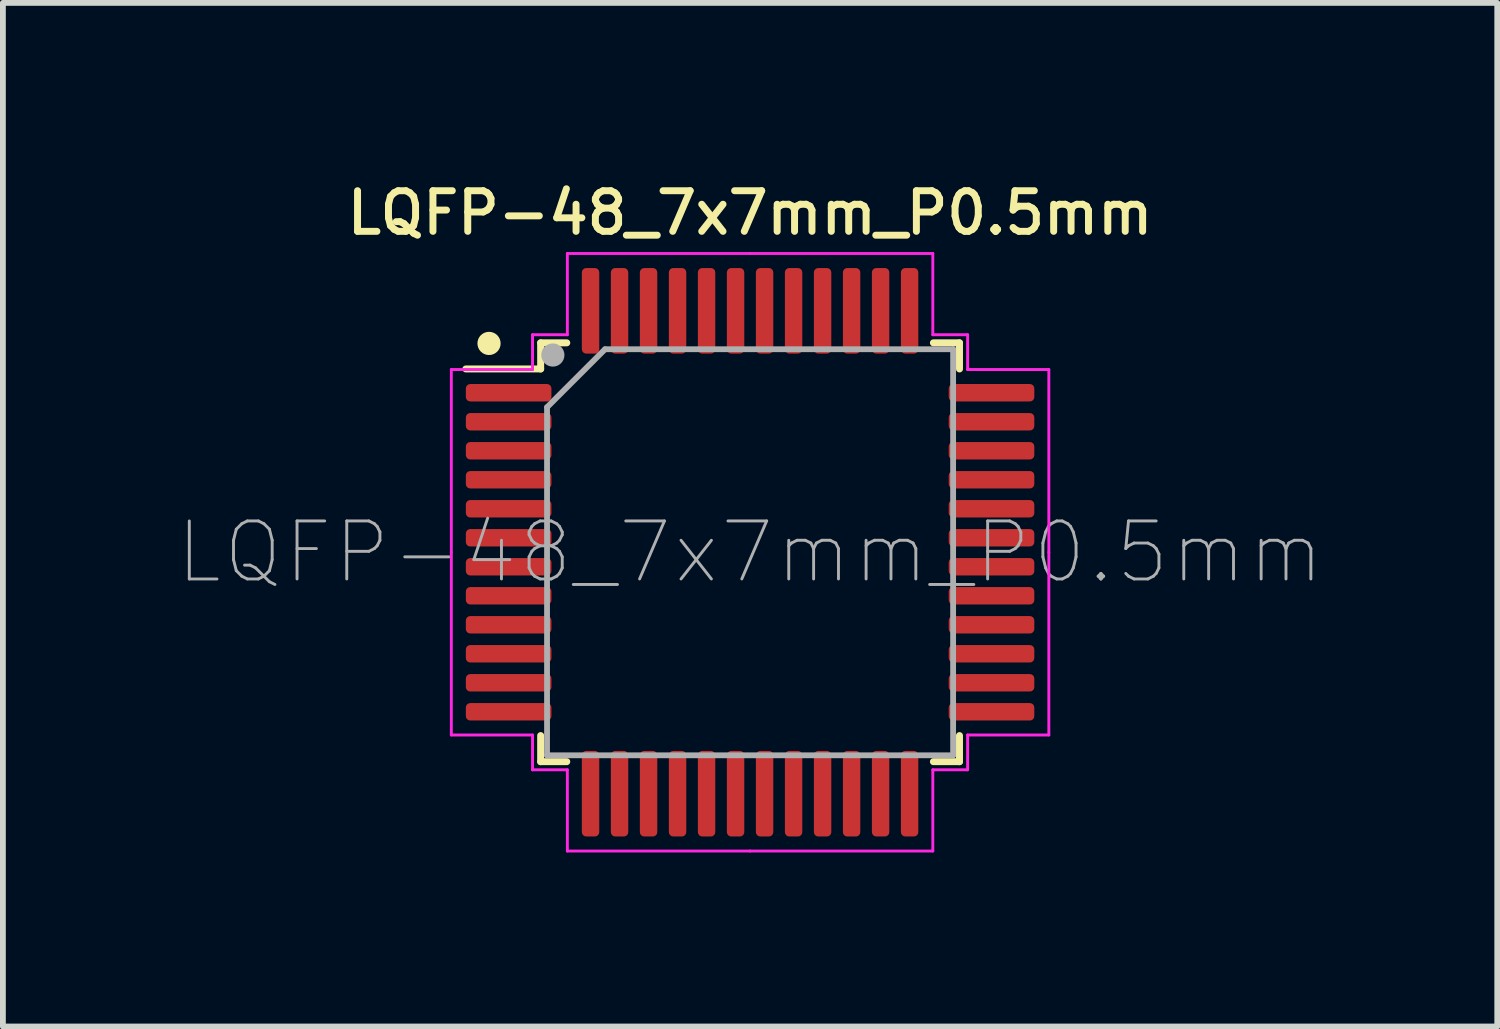
<source format=kicad_pcb>
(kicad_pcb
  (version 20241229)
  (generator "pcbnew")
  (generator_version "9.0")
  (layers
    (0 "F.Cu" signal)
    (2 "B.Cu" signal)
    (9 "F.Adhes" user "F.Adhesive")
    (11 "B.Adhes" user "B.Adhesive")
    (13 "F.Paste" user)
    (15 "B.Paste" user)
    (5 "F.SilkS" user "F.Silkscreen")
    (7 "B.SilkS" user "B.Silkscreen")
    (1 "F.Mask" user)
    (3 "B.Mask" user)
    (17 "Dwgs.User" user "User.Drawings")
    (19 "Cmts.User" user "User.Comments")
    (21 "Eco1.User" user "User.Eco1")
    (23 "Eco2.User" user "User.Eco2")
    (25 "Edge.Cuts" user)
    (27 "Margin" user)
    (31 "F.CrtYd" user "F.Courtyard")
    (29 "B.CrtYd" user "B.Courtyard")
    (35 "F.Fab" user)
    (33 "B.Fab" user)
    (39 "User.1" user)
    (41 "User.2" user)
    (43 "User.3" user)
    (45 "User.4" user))
  (footprint "LQFP-48_7x7mm_P0.5mm"
    (layer "F.Cu")
    (at 9.88 6.47)
    (property "Reference" "LQFP-48_7x7mm_P0.5mm" (at 0 -5.85 0) (layer "F.SilkS") (effects (font (size 0.7 0.7) (thickness 0.12))))
    (attr smd)
    (fp_line (start -3.61 -3.61) (end -3.61 -3.16) (stroke (width 0.12) (type solid)) (layer "F.SilkS"))
    (fp_line (start -3.61 -3.16) (end -4.9 -3.16) (stroke (width 0.12) (type solid)) (layer "F.SilkS"))
    (fp_line (start -3.61 3.61) (end -3.61 3.16) (stroke (width 0.12) (type solid)) (layer "F.SilkS"))
    (fp_line (start -3.16 -3.61) (end -3.61 -3.61) (stroke (width 0.12) (type solid)) (layer "F.SilkS"))
    (fp_line (start -3.16 3.61) (end -3.61 3.61) (stroke (width 0.12) (type solid)) (layer "F.SilkS"))
    (fp_line (start 3.16 -3.61) (end 3.61 -3.61) (stroke (width 0.12) (type solid)) (layer "F.SilkS"))
    (fp_line (start 3.16 3.61) (end 3.61 3.61) (stroke (width 0.12) (type solid)) (layer "F.SilkS"))
    (fp_line (start 3.61 -3.61) (end 3.61 -3.16) (stroke (width 0.12) (type solid)) (layer "F.SilkS"))
    (fp_line (start 3.61 3.61) (end 3.61 3.16) (stroke (width 0.12) (type solid)) (layer "F.SilkS"))
    (fp_circle (center -4.5 -3.6) (end -4.4 -3.6) (stroke (width 0.2) (type solid)) (fill no) (layer "F.SilkS"))
    (fp_line (start -5.15 -3.15) (end -5.15 0) (stroke (width 0.05) (type solid)) (layer "F.CrtYd"))
    (fp_line (start -5.15 3.15) (end -5.15 0) (stroke (width 0.05) (type solid)) (layer "F.CrtYd"))
    (fp_line (start -3.75 -3.75) (end -3.75 -3.15) (stroke (width 0.05) (type solid)) (layer "F.CrtYd"))
    (fp_line (start -3.75 -3.15) (end -5.15 -3.15) (stroke (width 0.05) (type solid)) (layer "F.CrtYd"))
    (fp_line (start -3.75 3.15) (end -5.15 3.15) (stroke (width 0.05) (type solid)) (layer "F.CrtYd"))
    (fp_line (start -3.75 3.75) (end -3.75 3.15) (stroke (width 0.05) (type solid)) (layer "F.CrtYd"))
    (fp_line (start -3.15 -5.15) (end -3.15 -3.75) (stroke (width 0.05) (type solid)) (layer "F.CrtYd"))
    (fp_line (start -3.15 -3.75) (end -3.75 -3.75) (stroke (width 0.05) (type solid)) (layer "F.CrtYd"))
    (fp_line (start -3.15 3.75) (end -3.75 3.75) (stroke (width 0.05) (type solid)) (layer "F.CrtYd"))
    (fp_line (start -3.15 5.15) (end -3.15 3.75) (stroke (width 0.05) (type solid)) (layer "F.CrtYd"))
    (fp_line (start 0 -5.15) (end -3.15 -5.15) (stroke (width 0.05) (type solid)) (layer "F.CrtYd"))
    (fp_line (start 0 -5.15) (end 3.15 -5.15) (stroke (width 0.05) (type solid)) (layer "F.CrtYd"))
    (fp_line (start 0 5.15) (end -3.15 5.15) (stroke (width 0.05) (type solid)) (layer "F.CrtYd"))
    (fp_line (start 0 5.15) (end 3.15 5.15) (stroke (width 0.05) (type solid)) (layer "F.CrtYd"))
    (fp_line (start 3.15 -5.15) (end 3.15 -3.75) (stroke (width 0.05) (type solid)) (layer "F.CrtYd"))
    (fp_line (start 3.15 -3.75) (end 3.75 -3.75) (stroke (width 0.05) (type solid)) (layer "F.CrtYd"))
    (fp_line (start 3.15 3.75) (end 3.75 3.75) (stroke (width 0.05) (type solid)) (layer "F.CrtYd"))
    (fp_line (start 3.15 5.15) (end 3.15 3.75) (stroke (width 0.05) (type solid)) (layer "F.CrtYd"))
    (fp_line (start 3.75 -3.75) (end 3.75 -3.15) (stroke (width 0.05) (type solid)) (layer "F.CrtYd"))
    (fp_line (start 3.75 -3.15) (end 5.15 -3.15) (stroke (width 0.05) (type solid)) (layer "F.CrtYd"))
    (fp_line (start 3.75 3.15) (end 5.15 3.15) (stroke (width 0.05) (type solid)) (layer "F.CrtYd"))
    (fp_line (start 3.75 3.75) (end 3.75 3.15) (stroke (width 0.05) (type solid)) (layer "F.CrtYd"))
    (fp_line (start 5.15 -3.15) (end 5.15 0) (stroke (width 0.05) (type solid)) (layer "F.CrtYd"))
    (fp_line (start 5.15 3.15) (end 5.15 0) (stroke (width 0.05) (type solid)) (layer "F.CrtYd"))
    (fp_line (start -3.5 -2.5) (end -2.5 -3.5) (stroke (width 0.1) (type solid)) (layer "F.Fab"))
    (fp_line (start -3.5 3.5) (end -3.5 -2.5) (stroke (width 0.1) (type solid)) (layer "F.Fab"))
    (fp_line (start -2.5 -3.5) (end 3.5 -3.5) (stroke (width 0.1) (type solid)) (layer "F.Fab"))
    (fp_line (start 3.5 -3.5) (end 3.5 3.5) (stroke (width 0.1) (type solid)) (layer "F.Fab"))
    (fp_line (start 3.5 3.5) (end -3.5 3.5) (stroke (width 0.1) (type solid)) (layer "F.Fab"))
    (fp_circle (center -3.4 -3.4) (end -3.3 -3.4) (stroke (width 0.2) (type solid)) (fill no) (layer "F.Fab"))
    (fp_text user "${REFERENCE}" (at 0 0 0) (layer "F.Fab") (effects (font (size 1 1) (thickness 0.05))))
    (pad "1" smd roundrect (at -4.162 -2.75) (size 1.475 0.3) (layers "F.Cu" "F.Mask" "F.Paste") (roundrect_rratio 0.25))
    (pad "2" smd roundrect (at -4.162 -2.25) (size 1.475 0.3) (layers "F.Cu" "F.Mask" "F.Paste") (roundrect_rratio 0.25))
    (pad "3" smd roundrect (at -4.162 -1.75) (size 1.475 0.3) (layers "F.Cu" "F.Mask" "F.Paste") (roundrect_rratio 0.25))
    (pad "4" smd roundrect (at -4.162 -1.25) (size 1.475 0.3) (layers "F.Cu" "F.Mask" "F.Paste") (roundrect_rratio 0.25))
    (pad "5" smd roundrect (at -4.162 -0.75) (size 1.475 0.3) (layers "F.Cu" "F.Mask" "F.Paste") (roundrect_rratio 0.25))
    (pad "6" smd roundrect (at -4.162 -0.25) (size 1.475 0.3) (layers "F.Cu" "F.Mask" "F.Paste") (roundrect_rratio 0.25))
    (pad "7" smd roundrect (at -4.162 0.25) (size 1.475 0.3) (layers "F.Cu" "F.Mask" "F.Paste") (roundrect_rratio 0.25))
    (pad "8" smd roundrect (at -4.162 0.75) (size 1.475 0.3) (layers "F.Cu" "F.Mask" "F.Paste") (roundrect_rratio 0.25))
    (pad "9" smd roundrect (at -4.162 1.25) (size 1.475 0.3) (layers "F.Cu" "F.Mask" "F.Paste") (roundrect_rratio 0.25))
    (pad "10" smd roundrect (at -4.162 1.75) (size 1.475 0.3) (layers "F.Cu" "F.Mask" "F.Paste") (roundrect_rratio 0.25))
    (pad "11" smd roundrect (at -4.162 2.25) (size 1.475 0.3) (layers "F.Cu" "F.Mask" "F.Paste") (roundrect_rratio 0.25))
    (pad "12" smd roundrect (at -4.162 2.75) (size 1.475 0.3) (layers "F.Cu" "F.Mask" "F.Paste") (roundrect_rratio 0.25))
    (pad "13" smd roundrect (at -2.75 4.162) (size 0.3 1.475) (layers "F.Cu" "F.Mask" "F.Paste") (roundrect_rratio 0.25))
    (pad "14" smd roundrect (at -2.25 4.162) (size 0.3 1.475) (layers "F.Cu" "F.Mask" "F.Paste") (roundrect_rratio 0.25))
    (pad "15" smd roundrect (at -1.75 4.162) (size 0.3 1.475) (layers "F.Cu" "F.Mask" "F.Paste") (roundrect_rratio 0.25))
    (pad "16" smd roundrect (at -1.25 4.162) (size 0.3 1.475) (layers "F.Cu" "F.Mask" "F.Paste") (roundrect_rratio 0.25))
    (pad "17" smd roundrect (at -0.75 4.162) (size 0.3 1.475) (layers "F.Cu" "F.Mask" "F.Paste") (roundrect_rratio 0.25))
    (pad "18" smd roundrect (at -0.25 4.162) (size 0.3 1.475) (layers "F.Cu" "F.Mask" "F.Paste") (roundrect_rratio 0.25))
    (pad "19" smd roundrect (at 0.25 4.162) (size 0.3 1.475) (layers "F.Cu" "F.Mask" "F.Paste") (roundrect_rratio 0.25))
    (pad "20" smd roundrect (at 0.75 4.162) (size 0.3 1.475) (layers "F.Cu" "F.Mask" "F.Paste") (roundrect_rratio 0.25))
    (pad "21" smd roundrect (at 1.25 4.162) (size 0.3 1.475) (layers "F.Cu" "F.Mask" "F.Paste") (roundrect_rratio 0.25))
    (pad "22" smd roundrect (at 1.75 4.162) (size 0.3 1.475) (layers "F.Cu" "F.Mask" "F.Paste") (roundrect_rratio 0.25))
    (pad "23" smd roundrect (at 2.25 4.162) (size 0.3 1.475) (layers "F.Cu" "F.Mask" "F.Paste") (roundrect_rratio 0.25))
    (pad "24" smd roundrect (at 2.75 4.162) (size 0.3 1.475) (layers "F.Cu" "F.Mask" "F.Paste") (roundrect_rratio 0.25))
    (pad "25" smd roundrect (at 4.162 2.75) (size 1.475 0.3) (layers "F.Cu" "F.Mask" "F.Paste") (roundrect_rratio 0.25))
    (pad "26" smd roundrect (at 4.162 2.25) (size 1.475 0.3) (layers "F.Cu" "F.Mask" "F.Paste") (roundrect_rratio 0.25))
    (pad "27" smd roundrect (at 4.162 1.75) (size 1.475 0.3) (layers "F.Cu" "F.Mask" "F.Paste") (roundrect_rratio 0.25))
    (pad "28" smd roundrect (at 4.162 1.25) (size 1.475 0.3) (layers "F.Cu" "F.Mask" "F.Paste") (roundrect_rratio 0.25))
    (pad "29" smd roundrect (at 4.162 0.75) (size 1.475 0.3) (layers "F.Cu" "F.Mask" "F.Paste") (roundrect_rratio 0.25))
    (pad "30" smd roundrect (at 4.162 0.25) (size 1.475 0.3) (layers "F.Cu" "F.Mask" "F.Paste") (roundrect_rratio 0.25))
    (pad "31" smd roundrect (at 4.162 -0.25) (size 1.475 0.3) (layers "F.Cu" "F.Mask" "F.Paste") (roundrect_rratio 0.25))
    (pad "32" smd roundrect (at 4.162 -0.75) (size 1.475 0.3) (layers "F.Cu" "F.Mask" "F.Paste") (roundrect_rratio 0.25))
    (pad "33" smd roundrect (at 4.162 -1.25) (size 1.475 0.3) (layers "F.Cu" "F.Mask" "F.Paste") (roundrect_rratio 0.25))
    (pad "34" smd roundrect (at 4.162 -1.75) (size 1.475 0.3) (layers "F.Cu" "F.Mask" "F.Paste") (roundrect_rratio 0.25))
    (pad "35" smd roundrect (at 4.162 -2.25) (size 1.475 0.3) (layers "F.Cu" "F.Mask" "F.Paste") (roundrect_rratio 0.25))
    (pad "36" smd roundrect (at 4.162 -2.75) (size 1.475 0.3) (layers "F.Cu" "F.Mask" "F.Paste") (roundrect_rratio 0.25))
    (pad "37" smd roundrect (at 2.75 -4.162) (size 0.3 1.475) (layers "F.Cu" "F.Mask" "F.Paste") (roundrect_rratio 0.25))
    (pad "38" smd roundrect (at 2.25 -4.162) (size 0.3 1.475) (layers "F.Cu" "F.Mask" "F.Paste") (roundrect_rratio 0.25))
    (pad "39" smd roundrect (at 1.75 -4.162) (size 0.3 1.475) (layers "F.Cu" "F.Mask" "F.Paste") (roundrect_rratio 0.25))
    (pad "40" smd roundrect (at 1.25 -4.162) (size 0.3 1.475) (layers "F.Cu" "F.Mask" "F.Paste") (roundrect_rratio 0.25))
    (pad "41" smd roundrect (at 0.75 -4.162) (size 0.3 1.475) (layers "F.Cu" "F.Mask" "F.Paste") (roundrect_rratio 0.25))
    (pad "42" smd roundrect (at 0.25 -4.162) (size 0.3 1.475) (layers "F.Cu" "F.Mask" "F.Paste") (roundrect_rratio 0.25))
    (pad "43" smd roundrect (at -0.25 -4.162) (size 0.3 1.475) (layers "F.Cu" "F.Mask" "F.Paste") (roundrect_rratio 0.25))
    (pad "44" smd roundrect (at -0.75 -4.162) (size 0.3 1.475) (layers "F.Cu" "F.Mask" "F.Paste") (roundrect_rratio 0.25))
    (pad "45" smd roundrect (at -1.25 -4.162) (size 0.3 1.475) (layers "F.Cu" "F.Mask" "F.Paste") (roundrect_rratio 0.25))
    (pad "46" smd roundrect (at -1.75 -4.162) (size 0.3 1.475) (layers "F.Cu" "F.Mask" "F.Paste") (roundrect_rratio 0.25))
    (pad "47" smd roundrect (at -2.25 -4.162) (size 0.3 1.475) (layers "F.Cu" "F.Mask" "F.Paste") (roundrect_rratio 0.25))
    (pad "48" smd roundrect (at -2.75 -4.162) (size 0.3 1.475) (layers "F.Cu" "F.Mask" "F.Paste") (roundrect_rratio 0.25)))
  (gr_rect
    (start -3 -3)
    (end 22.76 14.645)
    (stroke (width 0.1) (type default))
    (fill no)
    (layer "Edge.Cuts")))
</source>
